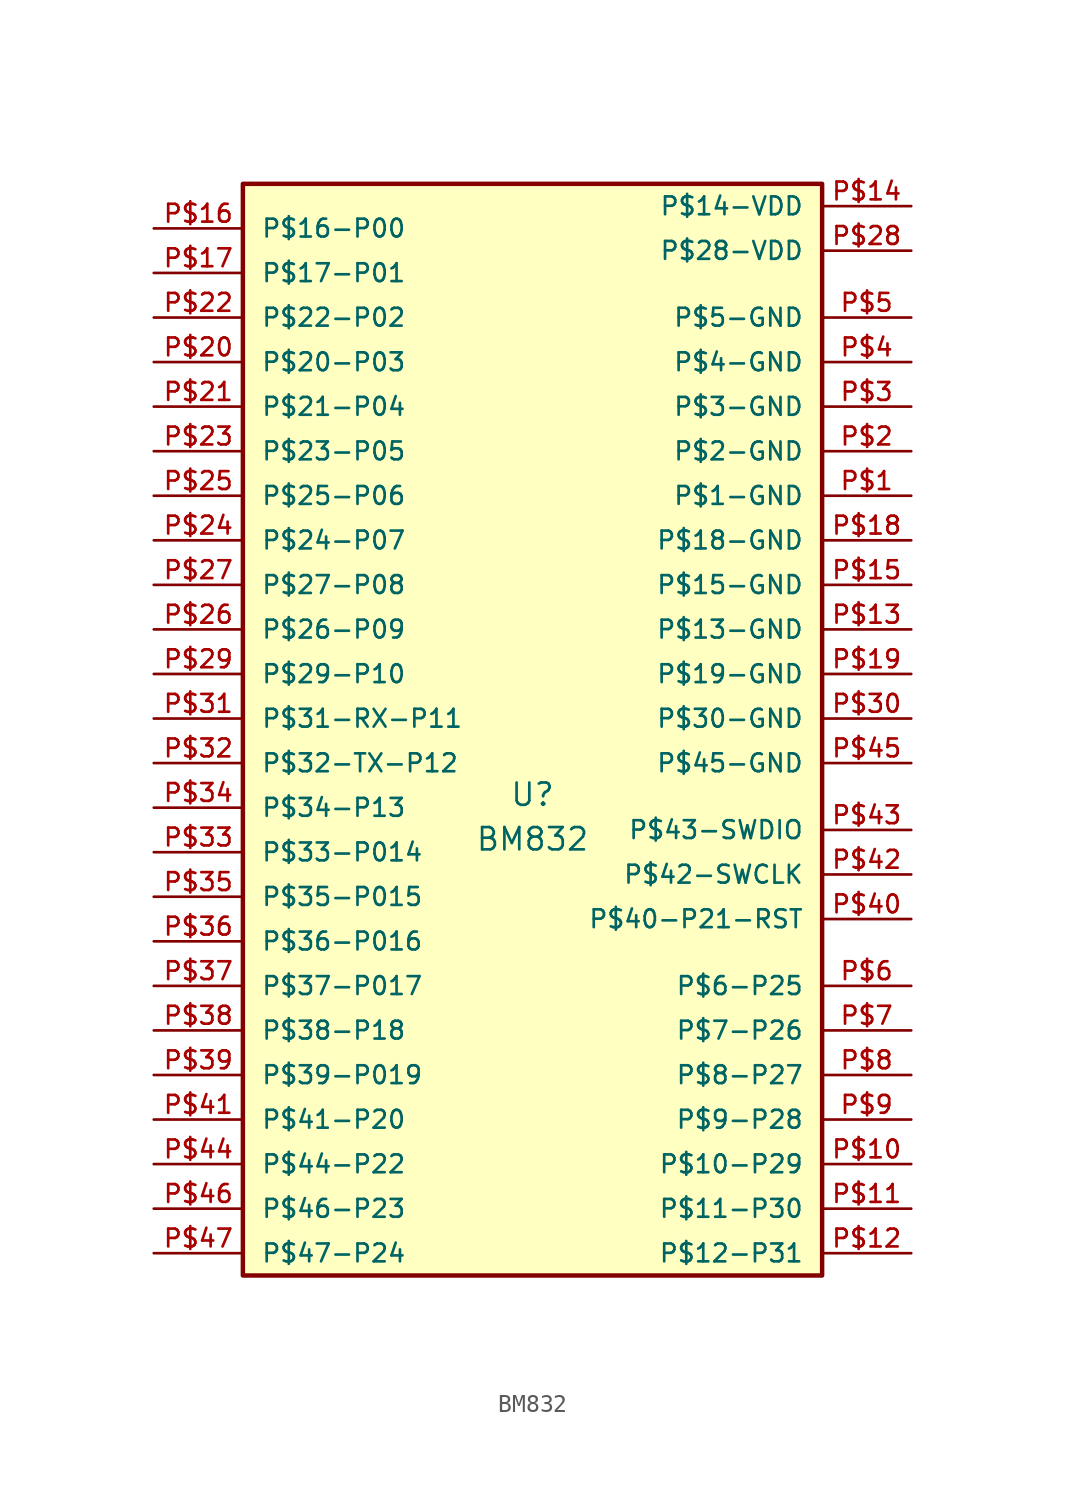
<source format=kicad_sym>
(kicad_symbol_lib
  (version 20231120)
  (generator "kicad_symbol_editor")
  (generator_version "8.0")
  (symbol "BM832"
    (pin_names
      (offset 1.016))
    (property "Reference" "U"
      (at 16.51 26.67 0)
      (effects (font (size 1.27 1.27)) (justify bottom)))
    (property "Value" "BM832"
      (at 16.51 24.13 0)
      (effects (font (size 1.27 1.27)) (justify bottom)))
    (symbol "BM832_0_0"
      (rectangle (start 0 62.23) (end 33.02 0) (stroke (width 0.254) (type default)) (fill (type background)))
      (pin bidirectional line (at 38.1 44.45 180) (length 5.08) (name "P$1-GND" (effects (font (size 1.016 1.016)))) (number "P$1" (effects (font (size 1.016 1.016)))))
      (pin bidirectional line (at 38.1 6.35 180) (length 5.08) (name "P$10-P29" (effects (font (size 1.016 1.016)))) (number "P$10" (effects (font (size 1.016 1.016)))))
      (pin bidirectional line (at 38.1 3.81 180) (length 5.08) (name "P$11-P30" (effects (font (size 1.016 1.016)))) (number "P$11" (effects (font (size 1.016 1.016)))))
      (pin bidirectional line (at 38.1 1.27 180) (length 5.08) (name "P$12-P31" (effects (font (size 1.016 1.016)))) (number "P$12" (effects (font (size 1.016 1.016)))))
      (pin bidirectional line (at 38.1 36.83 180) (length 5.08) (name "P$13-GND" (effects (font (size 1.016 1.016)))) (number "P$13" (effects (font (size 1.016 1.016)))))
      (pin bidirectional line (at 38.1 60.96 180) (length 5.08) (name "P$14-VDD" (effects (font (size 1.016 1.016)))) (number "P$14" (effects (font (size 1.016 1.016)))))
      (pin bidirectional line (at 38.1 39.37 180) (length 5.08) (name "P$15-GND" (effects (font (size 1.016 1.016)))) (number "P$15" (effects (font (size 1.016 1.016)))))
      (pin bidirectional line (at -5.08 59.69 0) (length 5.08) (name "P$16-P00" (effects (font (size 1.016 1.016)))) (number "P$16" (effects (font (size 1.016 1.016)))))
      (pin bidirectional line (at -5.08 57.15 0) (length 5.08) (name "P$17-P01" (effects (font (size 1.016 1.016)))) (number "P$17" (effects (font (size 1.016 1.016)))))
      (pin bidirectional line (at 38.1 41.91 180) (length 5.08) (name "P$18-GND" (effects (font (size 1.016 1.016)))) (number "P$18" (effects (font (size 1.016 1.016)))))
      (pin bidirectional line (at 38.1 34.29 180) (length 5.08) (name "P$19-GND" (effects (font (size 1.016 1.016)))) (number "P$19" (effects (font (size 1.016 1.016)))))
      (pin bidirectional line (at 38.1 46.99 180) (length 5.08) (name "P$2-GND" (effects (font (size 1.016 1.016)))) (number "P$2" (effects (font (size 1.016 1.016)))))
      (pin bidirectional line (at -5.08 52.07 0) (length 5.08) (name "P$20-P03" (effects (font (size 1.016 1.016)))) (number "P$20" (effects (font (size 1.016 1.016)))))
      (pin bidirectional line (at -5.08 49.53 0) (length 5.08) (name "P$21-P04" (effects (font (size 1.016 1.016)))) (number "P$21" (effects (font (size 1.016 1.016)))))
      (pin bidirectional line (at -5.08 54.61 0) (length 5.08) (name "P$22-P02" (effects (font (size 1.016 1.016)))) (number "P$22" (effects (font (size 1.016 1.016)))))
      (pin bidirectional line (at -5.08 46.99 0) (length 5.08) (name "P$23-P05" (effects (font (size 1.016 1.016)))) (number "P$23" (effects (font (size 1.016 1.016)))))
      (pin bidirectional line (at -5.08 41.91 0) (length 5.08) (name "P$24-P07" (effects (font (size 1.016 1.016)))) (number "P$24" (effects (font (size 1.016 1.016)))))
      (pin bidirectional line (at -5.08 44.45 0) (length 5.08) (name "P$25-P06" (effects (font (size 1.016 1.016)))) (number "P$25" (effects (font (size 1.016 1.016)))))
      (pin bidirectional line (at -5.08 36.83 0) (length 5.08) (name "P$26-P09" (effects (font (size 1.016 1.016)))) (number "P$26" (effects (font (size 1.016 1.016)))))
      (pin bidirectional line (at -5.08 39.37 0) (length 5.08) (name "P$27-P08" (effects (font (size 1.016 1.016)))) (number "P$27" (effects (font (size 1.016 1.016)))))
      (pin bidirectional line (at 38.1 58.42 180) (length 5.08) (name "P$28-VDD" (effects (font (size 1.016 1.016)))) (number "P$28" (effects (font (size 1.016 1.016)))))
      (pin bidirectional line (at -5.08 34.29 0) (length 5.08) (name "P$29-P10" (effects (font (size 1.016 1.016)))) (number "P$29" (effects (font (size 1.016 1.016)))))
      (pin bidirectional line (at 38.1 49.53 180) (length 5.08) (name "P$3-GND" (effects (font (size 1.016 1.016)))) (number "P$3" (effects (font (size 1.016 1.016)))))
      (pin bidirectional line (at 38.1 31.75 180) (length 5.08) (name "P$30-GND" (effects (font (size 1.016 1.016)))) (number "P$30" (effects (font (size 1.016 1.016)))))
      (pin bidirectional line (at -5.08 31.75 0) (length 5.08) (name "P$31-RX-P11" (effects (font (size 1.016 1.016)))) (number "P$31" (effects (font (size 1.016 1.016)))))
      (pin bidirectional line (at -5.08 29.21 0) (length 5.08) (name "P$32-TX-P12" (effects (font (size 1.016 1.016)))) (number "P$32" (effects (font (size 1.016 1.016)))))
      (pin bidirectional line (at -5.08 24.13 0) (length 5.08) (name "P$33-P014" (effects (font (size 1.016 1.016)))) (number "P$33" (effects (font (size 1.016 1.016)))))
      (pin bidirectional line (at -5.08 26.67 0) (length 5.08) (name "P$34-P13" (effects (font (size 1.016 1.016)))) (number "P$34" (effects (font (size 1.016 1.016)))))
      (pin bidirectional line (at -5.08 21.59 0) (length 5.08) (name "P$35-P015" (effects (font (size 1.016 1.016)))) (number "P$35" (effects (font (size 1.016 1.016)))))
      (pin bidirectional line (at -5.08 19.05 0) (length 5.08) (name "P$36-P016" (effects (font (size 1.016 1.016)))) (number "P$36" (effects (font (size 1.016 1.016)))))
      (pin bidirectional line (at -5.08 16.51 0) (length 5.08) (name "P$37-P017" (effects (font (size 1.016 1.016)))) (number "P$37" (effects (font (size 1.016 1.016)))))
      (pin bidirectional line (at -5.08 13.97 0) (length 5.08) (name "P$38-P18" (effects (font (size 1.016 1.016)))) (number "P$38" (effects (font (size 1.016 1.016)))))
      (pin bidirectional line (at -5.08 11.43 0) (length 5.08) (name "P$39-P019" (effects (font (size 1.016 1.016)))) (number "P$39" (effects (font (size 1.016 1.016)))))
      (pin bidirectional line (at 38.1 52.07 180) (length 5.08) (name "P$4-GND" (effects (font (size 1.016 1.016)))) (number "P$4" (effects (font (size 1.016 1.016)))))
      (pin bidirectional line (at 38.1 20.32 180) (length 5.08) (name "P$40-P21-RST" (effects (font (size 1.016 1.016)))) (number "P$40" (effects (font (size 1.016 1.016)))))
      (pin bidirectional line (at -5.08 8.89 0) (length 5.08) (name "P$41-P20" (effects (font (size 1.016 1.016)))) (number "P$41" (effects (font (size 1.016 1.016)))))
      (pin bidirectional line (at 38.1 22.86 180) (length 5.08) (name "P$42-SWCLK" (effects (font (size 1.016 1.016)))) (number "P$42" (effects (font (size 1.016 1.016)))))
      (pin bidirectional line (at 38.1 25.4 180) (length 5.08) (name "P$43-SWDIO" (effects (font (size 1.016 1.016)))) (number "P$43" (effects (font (size 1.016 1.016)))))
      (pin bidirectional line (at -5.08 6.35 0) (length 5.08) (name "P$44-P22" (effects (font (size 1.016 1.016)))) (number "P$44" (effects (font (size 1.016 1.016)))))
      (pin bidirectional line (at 38.1 29.21 180) (length 5.08) (name "P$45-GND" (effects (font (size 1.016 1.016)))) (number "P$45" (effects (font (size 1.016 1.016)))))
      (pin bidirectional line (at -5.08 3.81 0) (length 5.08) (name "P$46-P23" (effects (font (size 1.016 1.016)))) (number "P$46" (effects (font (size 1.016 1.016)))))
      (pin bidirectional line (at -5.08 1.27 0) (length 5.08) (name "P$47-P24" (effects (font (size 1.016 1.016)))) (number "P$47" (effects (font (size 1.016 1.016)))))
      (pin bidirectional line (at 38.1 54.61 180) (length 5.08) (name "P$5-GND" (effects (font (size 1.016 1.016)))) (number "P$5" (effects (font (size 1.016 1.016)))))
      (pin bidirectional line (at 38.1 16.51 180) (length 5.08) (name "P$6-P25" (effects (font (size 1.016 1.016)))) (number "P$6" (effects (font (size 1.016 1.016)))))
      (pin bidirectional line (at 38.1 13.97 180) (length 5.08) (name "P$7-P26" (effects (font (size 1.016 1.016)))) (number "P$7" (effects (font (size 1.016 1.016)))))
      (pin bidirectional line (at 38.1 11.43 180) (length 5.08) (name "P$8-P27" (effects (font (size 1.016 1.016)))) (number "P$8" (effects (font (size 1.016 1.016)))))
      (pin bidirectional line (at 38.1 8.89 180) (length 5.08) (name "P$9-P28" (effects (font (size 1.016 1.016)))) (number "P$9" (effects (font (size 1.016 1.016))))))))
</source>
